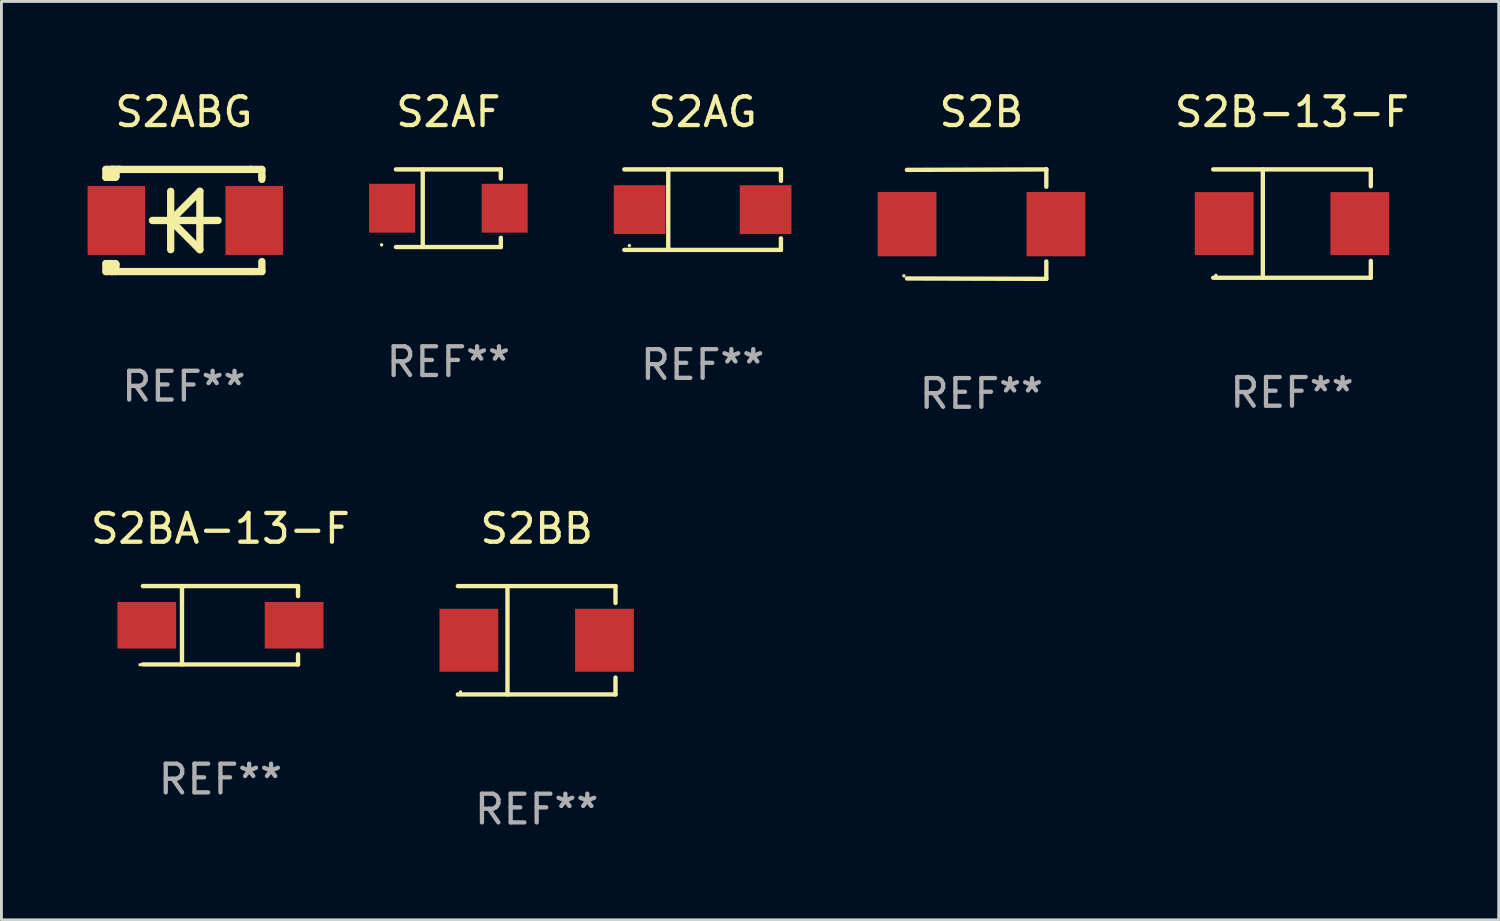
<source format=kicad_pcb>
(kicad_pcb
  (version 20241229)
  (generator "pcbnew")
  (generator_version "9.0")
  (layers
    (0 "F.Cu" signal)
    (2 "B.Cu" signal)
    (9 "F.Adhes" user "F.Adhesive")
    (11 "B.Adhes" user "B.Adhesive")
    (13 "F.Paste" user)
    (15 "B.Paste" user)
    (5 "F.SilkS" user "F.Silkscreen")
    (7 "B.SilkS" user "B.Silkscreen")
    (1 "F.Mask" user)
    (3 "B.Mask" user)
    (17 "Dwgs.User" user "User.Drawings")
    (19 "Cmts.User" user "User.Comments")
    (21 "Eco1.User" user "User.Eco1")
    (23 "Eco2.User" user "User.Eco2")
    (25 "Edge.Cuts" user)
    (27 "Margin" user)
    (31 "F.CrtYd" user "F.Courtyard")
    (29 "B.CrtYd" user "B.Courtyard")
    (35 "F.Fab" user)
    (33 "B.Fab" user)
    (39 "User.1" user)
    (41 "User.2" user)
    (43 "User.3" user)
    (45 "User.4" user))
  (footprint "S2AG"
    (layer "F.Cu")
    (at 21.412 4.249)
    (property "Reference" "S2AG" (at 0 -3.401 0) (layer "F.SilkS") (effects (font (size 1 1) (thickness 0.15))))
    (attr through_hole)
    (fp_line (start -2.726 -1.401) (end 2.726 -1.401) (stroke (width 0.152) (type solid)) (layer "F.SilkS"))
    (fp_line (start -2.726 1.401) (end 2.726 1.401) (stroke (width 0.152) (type solid)) (layer "F.SilkS"))
    (fp_line (start -1.197 -1.401) (end -1.197 1.401) (stroke (width 0.152) (type solid)) (layer "F.SilkS"))
    (fp_line (start 2.726 -1.401) (end 2.726 -1) (stroke (width 0.152) (type solid)) (layer "F.SilkS"))
    (fp_line (start 2.726 1.401) (end 2.726 1) (stroke (width 0.152) (type solid)) (layer "F.SilkS"))
    (fp_circle (center -2.55 1.25) (end -2.52 1.25) (stroke (width 0.06) (type solid)) (fill no) (layer "F.SilkS"))
    (fp_text user "REF**" (at 0 5.401 0) (layer "F.Fab") (effects (font (size 1 1) (thickness 0.15))))
    (pad "1" smd rect (at -2.192 0) (size 1.8 1.7) (layers "F.Cu" "F.Mask" "F.Paste"))
    (pad "2" smd rect (at 2.192 0) (size 1.8 1.7) (layers "F.Cu" "F.Mask" "F.Paste")))
  (footprint "S2ABG"
    (layer "F.Cu")
    (at 3.352 4.626)
    (property "Reference" "S2ABG" (at 0 -3.778 0) (layer "F.SilkS") (effects (font (size 1 1) (thickness 0.15))))
    (attr through_hole)
    (fp_line (start -2.715 -1.778) (end -2.715 -1.501) (stroke (width 0.254) (type solid)) (layer "F.SilkS"))
    (fp_line (start -2.715 -1.501) (end -2.505 -1.501) (stroke (width 0.254) (type solid)) (layer "F.SilkS"))
    (fp_line (start -2.715 1.501) (end -2.715 1.778) (stroke (width 0.254) (type solid)) (layer "F.SilkS"))
    (fp_line (start -2.715 1.501) (end -2.505 1.501) (stroke (width 0.254) (type solid)) (layer "F.SilkS"))
    (fp_line (start -2.715 1.778) (end -2.504 1.778) (stroke (width 0.254) (type solid)) (layer "F.SilkS"))
    (fp_line (start -2.505 -1.778) (end -2.715 -1.778) (stroke (width 0.254) (type solid)) (layer "F.SilkS"))
    (fp_line (start -2.505 -1.778) (end -2.238 -1.778) (stroke (width 0.254) (type solid)) (layer "F.SilkS"))
    (fp_line (start -2.505 -1.501) (end -2.505 -1.651) (stroke (width 0.254) (type solid)) (layer "F.SilkS"))
    (fp_line (start -2.505 -1.501) (end -2.388 -1.501) (stroke (width 0.254) (type solid)) (layer "F.SilkS"))
    (fp_line (start -2.505 1.501) (end -2.505 1.778) (stroke (width 0.254) (type solid)) (layer "F.SilkS"))
    (fp_line (start -2.505 1.501) (end -2.388 1.501) (stroke (width 0.254) (type solid)) (layer "F.SilkS"))
    (fp_line (start -2.388 1.501) (end -2.365 1.524) (stroke (width 0.254) (type solid)) (layer "F.SilkS"))
    (fp_line (start -2.388 -1.501) (end -2.365 -1.524) (stroke (width 0.254) (type solid)) (layer "F.SilkS"))
    (fp_line (start -2.365 -1.651) (end -2.505 -1.778) (stroke (width 0.254) (type solid)) (layer "F.SilkS"))
    (fp_line (start -2.365 -1.524) (end -2.365 -1.651) (stroke (width 0.254) (type solid)) (layer "F.SilkS"))
    (fp_line (start -2.365 1.524) (end -2.365 1.778) (stroke (width 0.254) (type solid)) (layer "F.SilkS"))
    (fp_line (start -2.239 -1.778) (end 2.333 -1.778) (stroke (width 0.254) (type solid)) (layer "F.SilkS"))
    (fp_line (start -2.238 -1.778) (end -2.505 -1.778) (stroke (width 0.254) (type solid)) (layer "F.SilkS"))
    (fp_line (start -1.095 0) (end 1.191 0) (stroke (width 0.254) (type solid)) (layer "F.SilkS"))
    (fp_line (start -0.46 -1.016) (end -0.46 1.016) (stroke (width 0.254) (type solid)) (layer "F.SilkS"))
    (fp_line (start -0.46 -0.000127) (end 0.556 1.016) (stroke (width 0.254) (type solid)) (layer "F.SilkS"))
    (fp_line (start 0.556 -1.016) (end 0.556 1.016) (stroke (width 0.254) (type solid)) (layer "F.SilkS"))
    (fp_line (start 0.556 -1.016) (end -0.46 -0.000127) (stroke (width 0.254) (type solid)) (layer "F.SilkS"))
    (fp_line (start 2.333 -1.778) (end 2.333 -1.778) (stroke (width 0.254) (type solid)) (layer "F.SilkS"))
    (fp_line (start 2.333 -1.778) (end 2.715 -1.778) (stroke (width 0.254) (type solid)) (layer "F.SilkS"))
    (fp_line (start 2.334 1.778) (end -2.504 1.778) (stroke (width 0.254) (type solid)) (layer "F.SilkS"))
    (fp_line (start 2.715 -1.778) (end 2.715 -1.524) (stroke (width 0.254) (type solid)) (layer "F.SilkS"))
    (fp_line (start 2.715 -1.524) (end 2.715 -1.431) (stroke (width 0.254) (type solid)) (layer "F.SilkS"))
    (fp_line (start 2.715 1.431) (end 2.715 1.778) (stroke (width 0.254) (type solid)) (layer "F.SilkS"))
    (fp_line (start 2.715 1.778) (end 2.334 1.778) (stroke (width 0.254) (type solid)) (layer "F.SilkS"))
    (fp_circle (center -2.602 1.8) (end -2.572 1.8) (stroke (width 0.06) (type solid)) (fill no) (layer "F.SilkS"))
    (fp_text user "REF**" (at 0 5.778 0) (layer "F.Fab") (effects (font (size 1 1) (thickness 0.15))))
    (pad "1" smd rect (at -2.352 -0.000076) (size 2 2.4) (layers "F.Cu" "F.Mask" "F.Paste"))
    (pad "2" smd rect (at 2.448 -0.000076) (size 2 2.4) (layers "F.Cu" "F.Mask" "F.Paste")))
  (footprint "S2BA-13-F"
    (layer "F.Cu")
    (at 4.625 18.718)
    (property "Reference" "S2BA-13-F" (at 0 -3.364 0) (layer "F.SilkS") (effects (font (size 1 1) (thickness 0.15))))
    (attr through_hole)
    (fp_line (start -2.701 -1.364) (end 2.701 -1.364) (stroke (width 0.152) (type solid)) (layer "F.SilkS"))
    (fp_line (start -2.701 1.364) (end 2.701 1.364) (stroke (width 0.152) (type solid)) (layer "F.SilkS"))
    (fp_line (start -1.339 -1.364) (end -1.339 1.364) (stroke (width 0.152) (type solid)) (layer "F.SilkS"))
    (fp_line (start 2.701 -1.364) (end 2.701 -1.013) (stroke (width 0.152) (type solid)) (layer "F.SilkS"))
    (fp_line (start 2.701 1.364) (end 2.701 1.013) (stroke (width 0.152) (type solid)) (layer "F.SilkS"))
    (fp_circle (center -2.8 1.375) (end -2.77 1.375) (stroke (width 0.06) (type solid)) (fill no) (layer "F.SilkS"))
    (fp_text user "REF**" (at 0 5.364 0) (layer "F.Fab") (effects (font (size 1 1) (thickness 0.15))))
    (pad "1" smd rect (at -2.565 -0.000025) (size 2.046 1.62) (layers "F.Cu" "F.Mask" "F.Paste"))
    (pad "2" smd rect (at 2.565 -0.000025) (size 2.046 1.62) (layers "F.Cu" "F.Mask" "F.Paste")))
  (footprint "S2AF"
    (layer "F.Cu")
    (at 12.56 4.199)
    (property "Reference" "S2AF" (at 0 -3.351 0) (layer "F.SilkS") (effects (font (size 1 1) (thickness 0.15))))
    (attr through_hole)
    (fp_line (start -1.826 -1.351) (end 1.826 -1.351) (stroke (width 0.152) (type solid)) (layer "F.SilkS"))
    (fp_line (start -1.826 1.351) (end 1.826 1.351) (stroke (width 0.152) (type solid)) (layer "F.SilkS"))
    (fp_line (start -0.892 -1.351) (end -0.892 1.351) (stroke (width 0.152) (type solid)) (layer "F.SilkS"))
    (fp_line (start 1.826 -1.351) (end 1.826 -1.03) (stroke (width 0.152) (type solid)) (layer "F.SilkS"))
    (fp_line (start 1.826 1.03) (end 1.826 1.351) (stroke (width 0.152) (type solid)) (layer "F.SilkS"))
    (fp_circle (center -2.325 1.275) (end -2.295 1.275) (stroke (width 0.06) (type solid)) (fill no) (layer "F.SilkS"))
    (fp_text user "REF**" (at 0 5.351 0) (layer "F.Fab") (effects (font (size 1 1) (thickness 0.15))))
    (pad "1" smd rect (at -1.96 0 180) (size 1.6 1.7) (layers "F.Cu" "F.Mask" "F.Paste"))
    (pad "2" smd rect (at 1.96 0 180) (size 1.6 1.7) (layers "F.Cu" "F.Mask" "F.Paste")))
  (footprint "S2BB"
    (layer "F.Cu")
    (at 15.634 19.241)
    (property "Reference" "S2BB" (at 0 -3.886 0) (layer "F.SilkS") (effects (font (size 1 1) (thickness 0.15))))
    (attr through_hole)
    (fp_line (start -2.744 -1.886) (end 2.744 -1.886) (stroke (width 0.152) (type solid)) (layer "F.SilkS"))
    (fp_line (start -2.744 1.886) (end 2.744 1.886) (stroke (width 0.152) (type solid)) (layer "F.SilkS"))
    (fp_line (start -1.016 -1.886) (end -1.016 1.886) (stroke (width 0.152) (type solid)) (layer "F.SilkS"))
    (fp_line (start 2.744 -1.886) (end 2.744 -1.299) (stroke (width 0.152) (type solid)) (layer "F.SilkS"))
    (fp_line (start 2.744 1.886) (end 2.744 1.299) (stroke (width 0.152) (type solid)) (layer "F.SilkS"))
    (fp_circle (center -2.65 1.8) (end -2.62 1.8) (stroke (width 0.06) (type solid)) (fill no) (layer "F.SilkS"))
    (fp_text user "REF**" (at 0 5.886 0) (layer "F.Fab") (effects (font (size 1 1) (thickness 0.15))))
    (pad "1" smd rect (at -2.361 0) (size 2.047 2.192) (layers "F.Cu" "F.Mask" "F.Paste"))
    (pad "2" smd rect (at 2.361 0) (size 2.047 2.192) (layers "F.Cu" "F.Mask" "F.Paste")))
  (footprint "S2B-13-F"
    (layer "F.Cu")
    (at 41.931 4.734)
    (property "Reference" "S2B-13-F" (at 0 -3.886 0) (layer "F.SilkS") (effects (font (size 1 1) (thickness 0.15))))
    (attr through_hole)
    (fp_line (start -2.744 -1.886) (end 2.744 -1.886) (stroke (width 0.152) (type solid)) (layer "F.SilkS"))
    (fp_line (start -2.744 1.886) (end 2.744 1.886) (stroke (width 0.152) (type solid)) (layer "F.SilkS"))
    (fp_line (start -1.016 -1.886) (end -1.016 1.886) (stroke (width 0.152) (type solid)) (layer "F.SilkS"))
    (fp_line (start 2.744 -1.886) (end 2.744 -1.299) (stroke (width 0.152) (type solid)) (layer "F.SilkS"))
    (fp_line (start 2.744 1.886) (end 2.744 1.299) (stroke (width 0.152) (type solid)) (layer "F.SilkS"))
    (fp_circle (center -2.65 1.8) (end -2.62 1.8) (stroke (width 0.06) (type solid)) (fill no) (layer "F.SilkS"))
    (fp_text user "REF**" (at 0 5.886 0) (layer "F.Fab") (effects (font (size 1 1) (thickness 0.15))))
    (pad "1" smd rect (at -2.361 0) (size 2.047 2.192) (layers "F.Cu" "F.Mask" "F.Paste"))
    (pad "2" smd rect (at 2.361 0) (size 2.047 2.192) (layers "F.Cu" "F.Mask" "F.Paste")))
  (footprint "S2B"
    (layer "F.Cu")
    (at 31.117 4.753)
    (property "Reference" "S2B" (at 0 -3.905 0) (layer "F.SilkS") (effects (font (size 1 1) (thickness 0.15))))
    (attr through_hole)
    (fp_line (start 2.256 -1.905) (end -2.594 -1.889) (stroke (width 0.152) (type solid)) (layer "F.SilkS"))
    (fp_line (start 2.256 -1.905) (end 2.26 -1.905) (stroke (width 0.152) (type solid)) (layer "F.SilkS"))
    (fp_line (start 2.26 -1.905) (end 2.26 -1.301) (stroke (width 0.152) (type solid)) (layer "F.SilkS"))
    (fp_line (start 2.26 1.301) (end 2.26 1.905) (stroke (width 0.152) (type solid)) (layer "F.SilkS"))
    (fp_line (start 2.26 1.905) (end -2.59 1.892) (stroke (width 0.152) (type solid)) (layer "F.SilkS"))
    (fp_circle (center -2.697 1.8) (end -2.667 1.8) (stroke (width 0.06) (type solid)) (fill no) (layer "F.SilkS"))
    (fp_text user "REF**" (at 0 5.905 0) (layer "F.Fab") (effects (font (size 1 1) (thickness 0.15))))
    (pad "1" smd rect (at -2.588 0) (size 2.047 2.241) (layers "F.Cu" "F.Mask" "F.Paste"))
    (pad "2" smd rect (at 2.594 0) (size 2.047 2.241) (layers "F.Cu" "F.Mask" "F.Paste")))
  (gr_rect
    (start -3 -3)
    (end 49.128 28.975)
    (stroke (width 0.1) (type default))
    (fill no)
    (layer "Edge.Cuts")))
</source>
